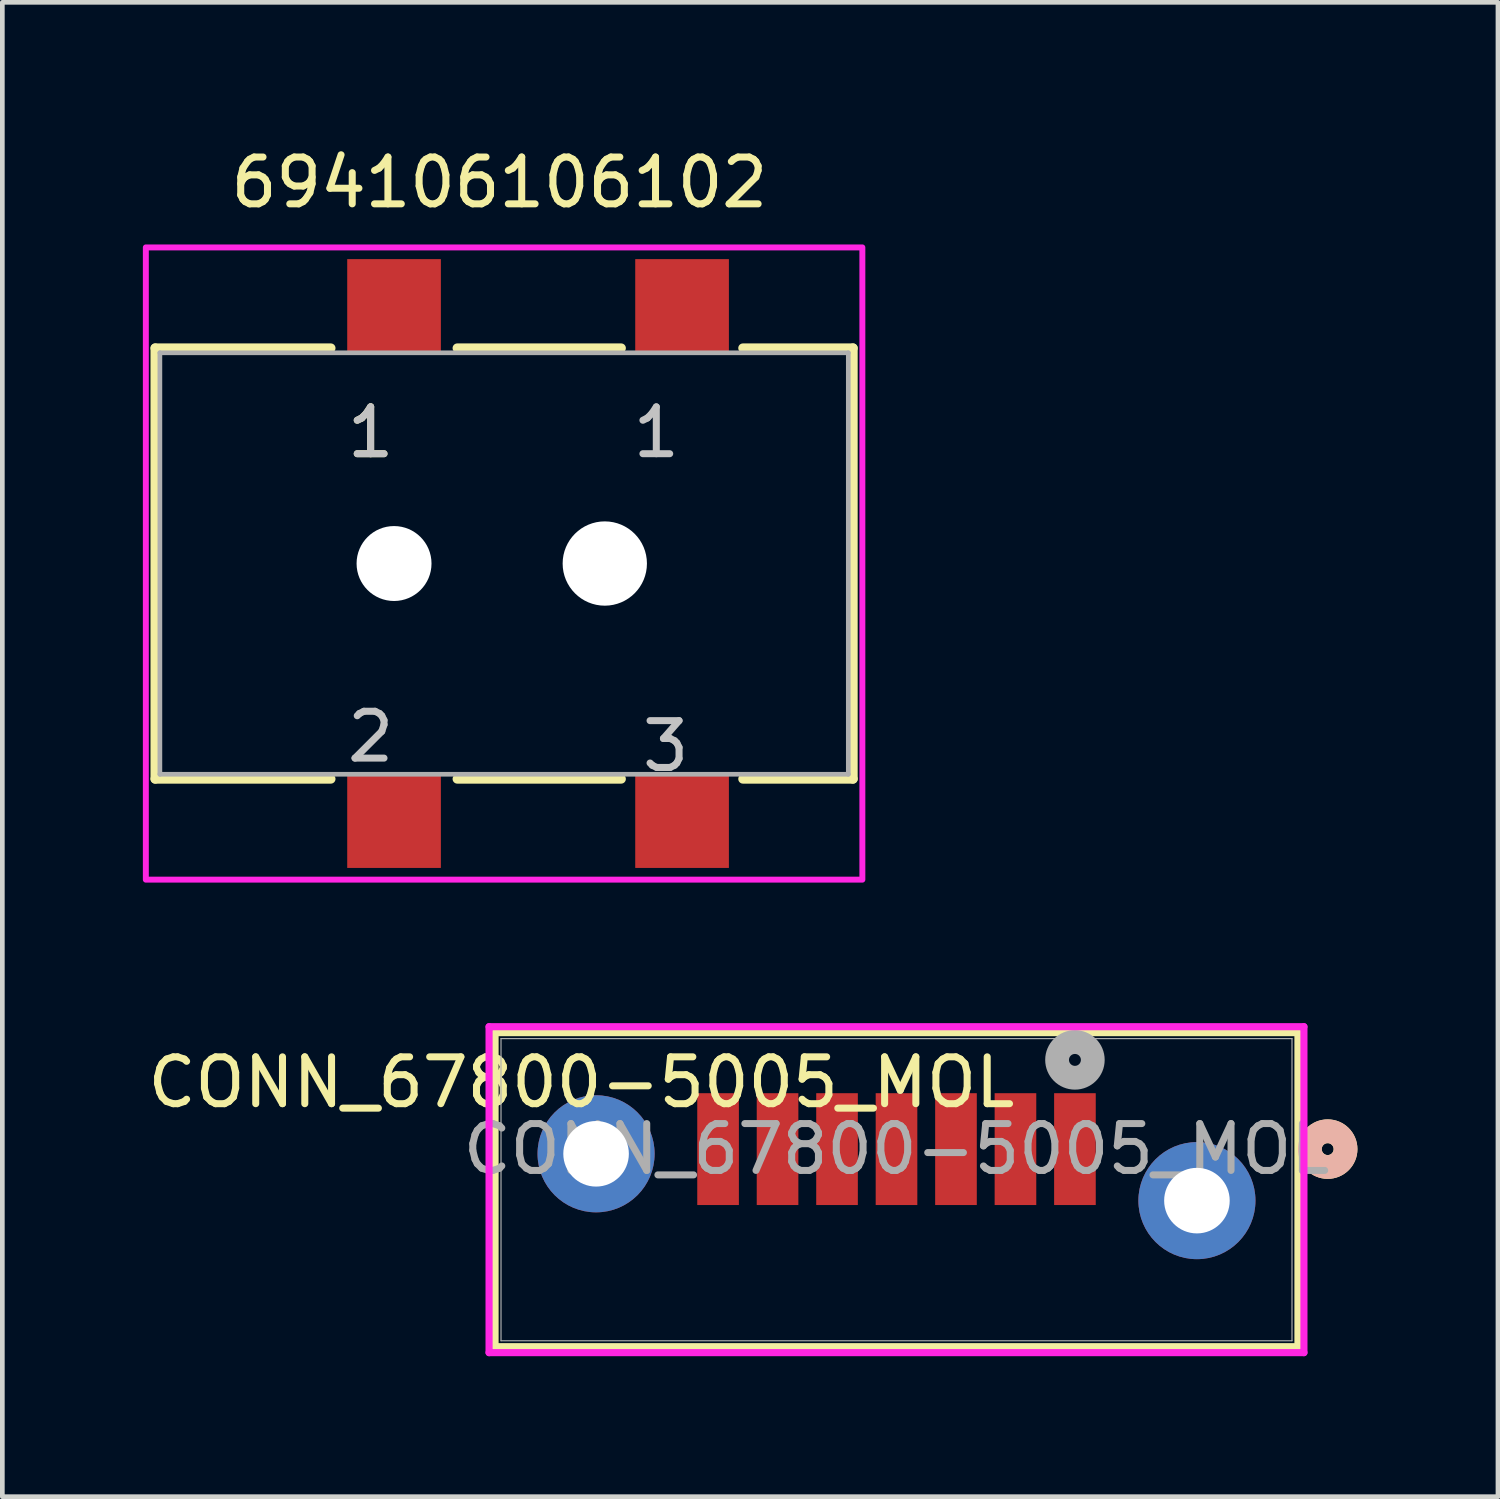
<source format=kicad_pcb>
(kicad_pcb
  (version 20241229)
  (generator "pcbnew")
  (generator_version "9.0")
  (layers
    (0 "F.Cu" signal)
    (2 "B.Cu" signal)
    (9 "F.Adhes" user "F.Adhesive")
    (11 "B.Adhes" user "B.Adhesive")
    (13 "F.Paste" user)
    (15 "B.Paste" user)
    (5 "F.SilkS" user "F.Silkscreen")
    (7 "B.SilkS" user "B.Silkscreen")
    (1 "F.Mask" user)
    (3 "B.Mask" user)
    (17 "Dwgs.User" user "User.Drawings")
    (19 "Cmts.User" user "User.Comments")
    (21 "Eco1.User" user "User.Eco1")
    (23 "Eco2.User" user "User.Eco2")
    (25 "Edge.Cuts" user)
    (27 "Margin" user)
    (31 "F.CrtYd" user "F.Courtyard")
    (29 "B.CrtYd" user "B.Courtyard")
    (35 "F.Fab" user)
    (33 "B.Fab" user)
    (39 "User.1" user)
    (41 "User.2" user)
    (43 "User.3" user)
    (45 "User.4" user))
  (footprint "694106106102"
    (layer "F.Cu")
    (at 7.614 8.983)
    (property "Reference" "694106106102" (at 0 -8.135 0) (layer "F.SilkS") (effects (font (size 1 1) (thickness 0.15))))
    (attr smd)
    (fp_line (start -7.35 -4.6) (end -7.35 4.6) (stroke (width 0.2) (type solid)) (layer "F.SilkS"))
    (fp_line (start -7.35 4.6) (end -3.6 4.6) (stroke (width 0.2) (type solid)) (layer "F.SilkS"))
    (fp_line (start -3.6 -4.6) (end -7.35 -4.6) (stroke (width 0.2) (type solid)) (layer "F.SilkS"))
    (fp_line (start -0.9 -4.6) (end 2.6 -4.6) (stroke (width 0.2) (type solid)) (layer "F.SilkS"))
    (fp_line (start -0.9 4.6) (end 2.6 4.6) (stroke (width 0.2) (type solid)) (layer "F.SilkS"))
    (fp_line (start 5.2 -4.6) (end 7.55 -4.6) (stroke (width 0.2) (type solid)) (layer "F.SilkS"))
    (fp_line (start 7.55 -4.6) (end 7.55 4.6) (stroke (width 0.2) (type solid)) (layer "F.SilkS"))
    (fp_line (start 7.55 4.6) (end 5.2 4.6) (stroke (width 0.2) (type solid)) (layer "F.SilkS"))
    (fp_poly (pts (xy -7.55 -6.75) (xy 7.75 -6.75) (xy 7.75 6.75) (xy -7.55 6.75)) (stroke (width 0.127) (type solid)) (fill no) (layer "F.CrtYd"))
    (fp_line (start -7.25 -4.5) (end 7.45 -4.5) (stroke (width 0.1) (type solid)) (layer "F.Fab"))
    (fp_line (start -7.25 4.5) (end -7.25 -4.5) (stroke (width 0.1) (type solid)) (layer "F.Fab"))
    (fp_line (start -7.25 4.5) (end 7.45 4.5) (stroke (width 0.1) (type solid)) (layer "F.Fab"))
    (fp_line (start 7.45 4.5) (end 7.45 -4.5) (stroke (width 0.1) (type solid)) (layer "F.Fab"))
    (fp_text user "1" (at -2.75 -2.8 0) (layer "F.SilkS") (effects (font (size 1 1) (thickness 0.15))))
    (fp_text user "3" (at 3.55 3.9 0) (layer "Dwgs.User") (effects (font (size 1 1) (thickness 0.15))))
    (fp_text user "1" (at 3.35 -2.8 0) (layer "Dwgs.User") (effects (font (size 1 1) (thickness 0.15))))
    (fp_text user "2" (at -2.75 3.7 0) (layer "Dwgs.User") (effects (font (size 1 1) (thickness 0.15))))
    (fp_text user "1" (at -2.75 -2.8 0) (layer "Dwgs.User") (effects (font (size 1 1) (thickness 0.15))))
    (pad "" np_thru_hole circle (at -2.25 0) (size 1.6 1.6) (drill 1.6) (layers "*.Cu" "*.Mask"))
    (pad "" np_thru_hole circle (at 2.25 0) (size 1.8 1.8) (drill 1.8) (layers "*.Cu" "*.Mask"))
    (pad "1" smd rect (at -2.25 -5.5) (size 2 2) (layers "F.Cu" "F.Mask" "F.Paste"))
    (pad "2" smd rect (at -2.25 5.5) (size 2 2) (layers "F.Cu" "F.Mask" "F.Paste"))
    (pad "3" smd rect (at 3.9 5.5) (size 2 2) (layers "F.Cu" "F.Mask" "F.Paste"))
    (pad "A1" smd rect (at 3.9 -5.5) (size 2 2) (layers "F.Cu" "F.Mask" "F.Paste")))
  (footprint "CONN_67800-5005_MOL"
    (layer "F.Cu")
    (at 16.093 22.353)
    (property "Reference" "CONN_67800-5005_MOL" (at -6.73 -2.291 0) (unlocked yes) (layer "F.SilkS") (effects (font (size 1 1) (thickness 0.15))))
    (attr smd)
    (fp_line (start -8.572 -3.353) (end -8.572 3.353) (stroke (width 0.152) (type solid)) (layer "F.SilkS"))
    (fp_line (start -8.572 3.353) (end 8.572 3.353) (stroke (width 0.152) (type solid)) (layer "F.SilkS"))
    (fp_line (start 8.572 -3.353) (end -8.572 -3.353) (stroke (width 0.152) (type solid)) (layer "F.SilkS"))
    (fp_line (start 8.572 3.353) (end 8.572 -3.353) (stroke (width 0.152) (type solid)) (layer "F.SilkS"))
    (fp_circle (center 9.207 -0.866) (end 9.588 -0.866) (stroke (width 0.508) (type solid)) (fill no) (layer "F.SilkS"))
    (fp_circle (center 9.207 -0.866) (end 9.588 -0.866) (stroke (width 0.508) (type solid)) (fill no) (layer "B.SilkS"))
    (fp_line (start -8.7 -3.48) (end -8.7 3.48) (stroke (width 0.152) (type solid)) (layer "F.CrtYd"))
    (fp_line (start -8.7 3.48) (end 8.7 3.48) (stroke (width 0.152) (type solid)) (layer "F.CrtYd"))
    (fp_line (start 8.7 -3.48) (end -8.7 -3.48) (stroke (width 0.152) (type solid)) (layer "F.CrtYd"))
    (fp_line (start 8.7 3.48) (end 8.7 -3.48) (stroke (width 0.152) (type solid)) (layer "F.CrtYd"))
    (fp_line (start -8.445 -3.226) (end -8.445 3.226) (stroke (width 0.025) (type solid)) (layer "F.Fab"))
    (fp_line (start -8.445 3.226) (end 8.445 3.226) (stroke (width 0.025) (type solid)) (layer "F.Fab"))
    (fp_line (start 8.445 -3.226) (end -8.445 -3.226) (stroke (width 0.025) (type solid)) (layer "F.Fab"))
    (fp_line (start 8.445 3.226) (end 8.445 -3.226) (stroke (width 0.025) (type solid)) (layer "F.Fab"))
    (fp_circle (center 3.81 -2.771) (end 4.191 -2.771) (stroke (width 0.508) (type solid)) (fill no) (layer "F.Fab"))
    (fp_text user "${REFERENCE}" (at 0 -0.866 0) (unlocked yes) (layer "F.Fab") (effects (font (size 1 1) (thickness 0.15))))
    (pad "" thru_hole circle (at -6.415 -0.766) (size 2.5 2.5) (drill 1.4) (layers "*.Cu" "*.Mask" "F.Paste"))
    (pad "" thru_hole circle (at 6.415 0.234) (size 2.5 2.5) (drill 1.4) (layers "*.Cu" "*.Mask" "F.Paste"))
    (pad "1" smd rect (at 3.81 -0.866) (size 0.889 2.388) (layers "F.Cu" "F.Mask" "F.Paste"))
    (pad "2" smd rect (at 2.54 -0.866) (size 0.889 2.388) (layers "F.Cu" "F.Mask" "F.Paste"))
    (pad "3" smd rect (at 1.27 -0.866) (size 0.889 2.388) (layers "F.Cu" "F.Mask" "F.Paste"))
    (pad "4" smd rect (at 0 -0.866) (size 0.889 2.388) (layers "F.Cu" "F.Mask" "F.Paste"))
    (pad "5" smd rect (at -1.27 -0.866) (size 0.889 2.388) (layers "F.Cu" "F.Mask" "F.Paste"))
    (pad "6" smd rect (at -2.54 -0.866) (size 0.889 2.388) (layers "F.Cu" "F.Mask" "F.Paste"))
    (pad "7" smd rect (at -3.81 -0.866) (size 0.889 2.388) (layers "F.Cu" "F.Mask" "F.Paste")))
  (gr_rect
    (start -3 -3)
    (end 28.936 28.909)
    (stroke (width 0.1) (type default))
    (fill no)
    (layer "Edge.Cuts")))
</source>
